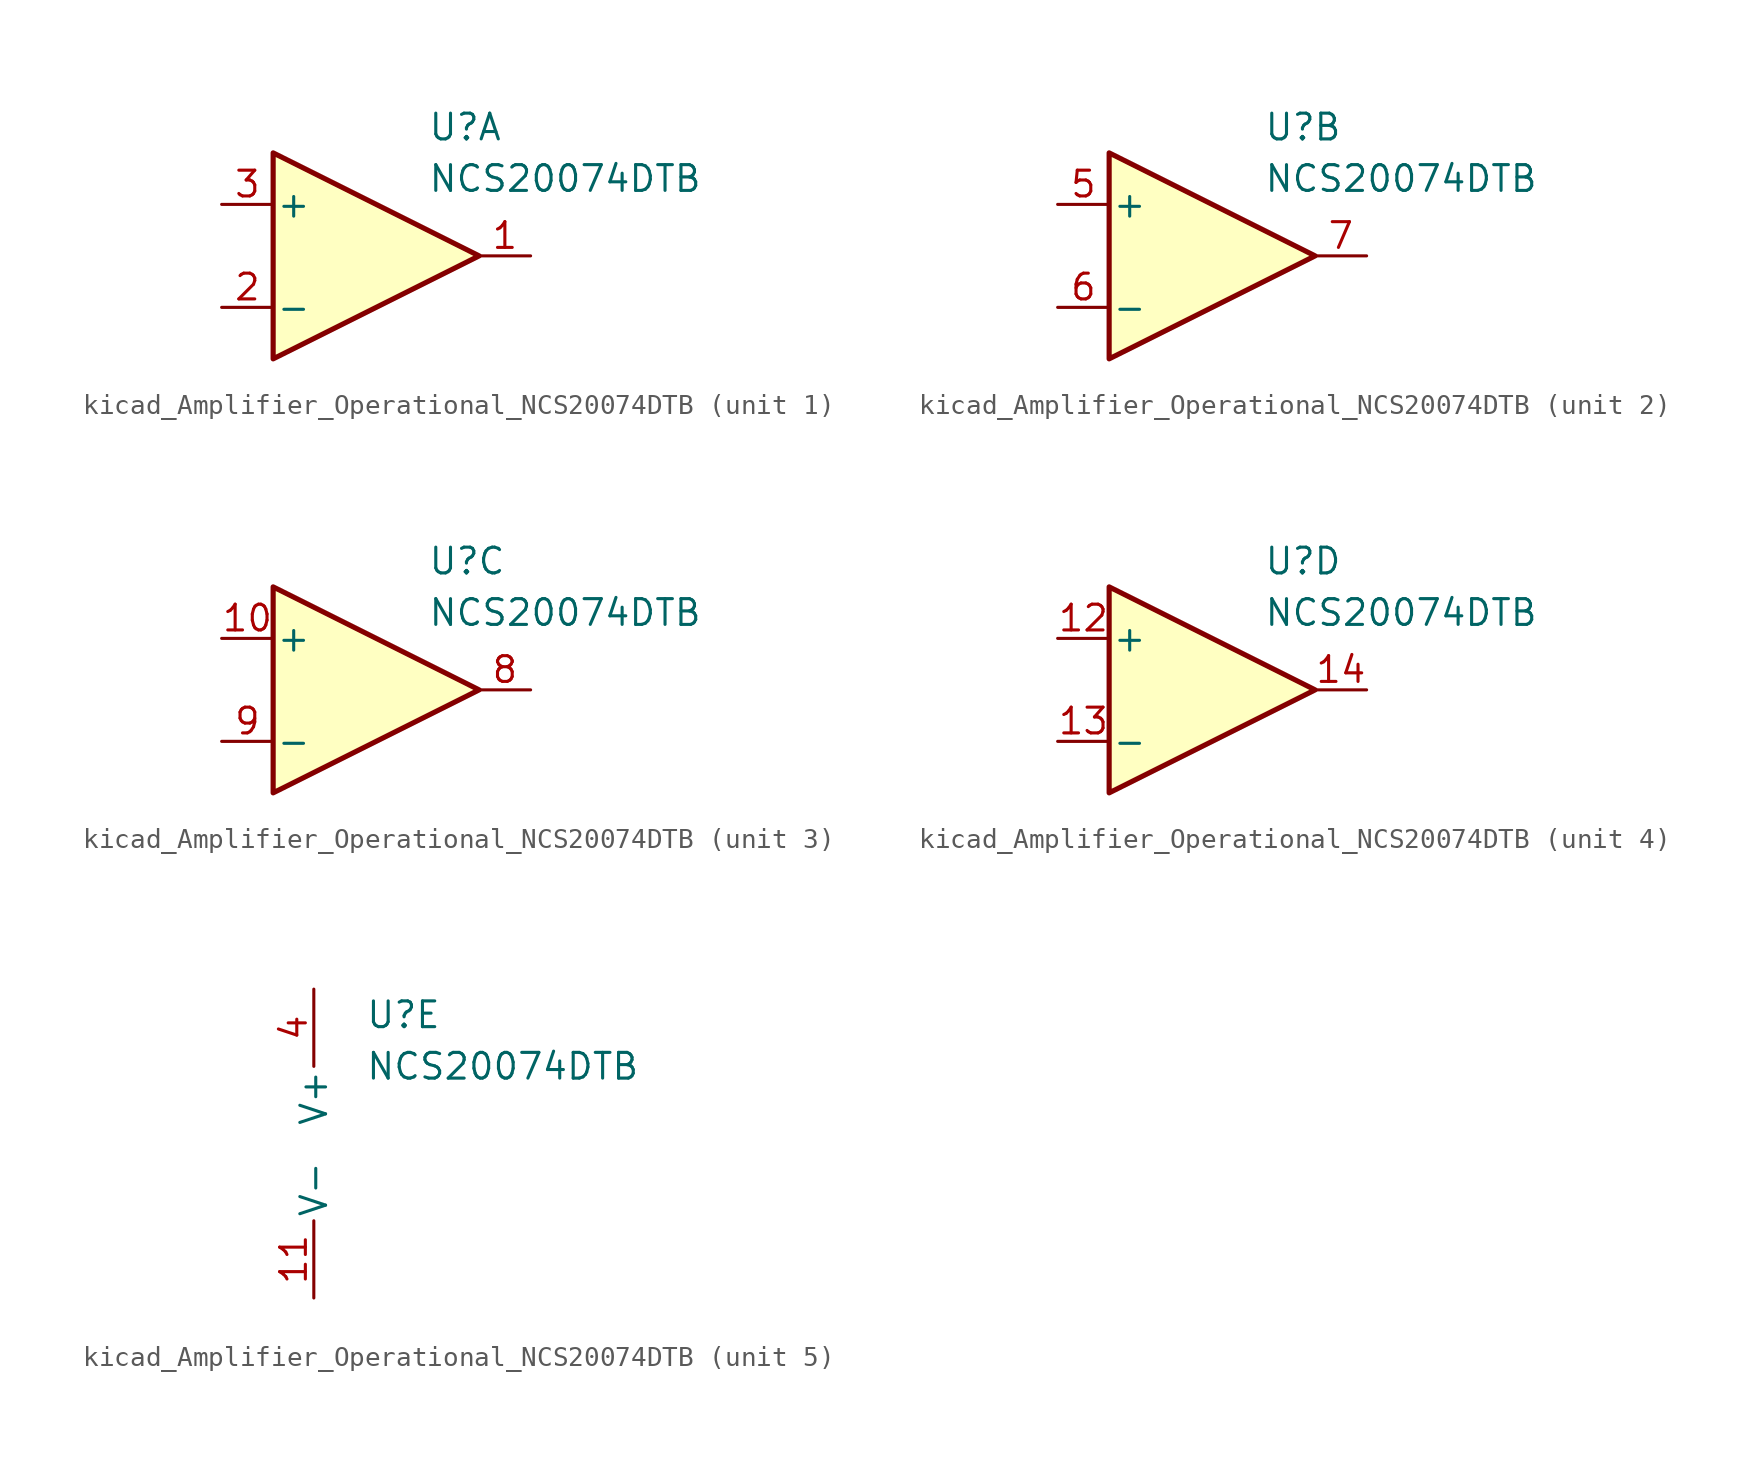
<source format=kicad_sym>
(kicad_symbol_lib
  (version 20220914)
  (generator kicad_symbol_editor)
  (symbol "kicad_Amplifier_Operational_NCS20074DTB"
    (pin_names
      (offset 0.127))
    (property "Reference" "U"
      (at 2.54 6.35 0)
      (effects (font (size 1.27 1.27)) (justify left)))
    (property "Value" "NCS20074DTB"
      (at 2.54 3.81 0)
      (effects (font (size 1.27 1.27)) (justify left)))
    (property "ki_locked" ""
      (at 0 0 0)
      (effects (font (size 1.27 1.27))))
    (symbol "kicad_Amplifier_Operational_NCS20074DTB_1_1"
      (polyline (pts (xy 5.08 0) (xy -5.08 5.08) (xy -5.08 -5.08) (xy 5.08 0)) (stroke (width 0.254) (type default)) (fill (type background)))
      (pin output line (at 7.62 0 180) (length 2.54) (name "~" (effects (font (size 1.27 1.27)))) (number "1" (effects (font (size 1.27 1.27)))))
      (pin input line (at -7.62 -2.54 0) (length 2.54) (name "-" (effects (font (size 1.27 1.27)))) (number "2" (effects (font (size 1.27 1.27)))))
      (pin input line (at -7.62 2.54 0) (length 2.54) (name "+" (effects (font (size 1.27 1.27)))) (number "3" (effects (font (size 1.27 1.27))))))
    (symbol "kicad_Amplifier_Operational_NCS20074DTB_2_1"
      (polyline (pts (xy -5.08 5.08) (xy -5.08 -5.08) (xy 5.08 0) (xy -5.08 5.08)) (stroke (width 0.254) (type default)) (fill (type background)))
      (pin input line (at -7.62 2.54 0) (length 2.54) (name "+" (effects (font (size 1.27 1.27)))) (number "5" (effects (font (size 1.27 1.27)))))
      (pin input line (at -7.62 -2.54 0) (length 2.54) (name "-" (effects (font (size 1.27 1.27)))) (number "6" (effects (font (size 1.27 1.27)))))
      (pin output line (at 7.62 0 180) (length 2.54) (name "~" (effects (font (size 1.27 1.27)))) (number "7" (effects (font (size 1.27 1.27))))))
    (symbol "kicad_Amplifier_Operational_NCS20074DTB_3_1"
      (polyline (pts (xy 5.08 0) (xy -5.08 5.08) (xy -5.08 -5.08) (xy 5.08 0)) (stroke (width 0.254) (type default)) (fill (type background)))
      (pin input line (at -7.62 2.54 0) (length 2.54) (name "+" (effects (font (size 1.27 1.27)))) (number "10" (effects (font (size 1.27 1.27)))))
      (pin output line (at 7.62 0 180) (length 2.54) (name "~" (effects (font (size 1.27 1.27)))) (number "8" (effects (font (size 1.27 1.27)))))
      (pin input line (at -7.62 -2.54 0) (length 2.54) (name "-" (effects (font (size 1.27 1.27)))) (number "9" (effects (font (size 1.27 1.27))))))
    (symbol "kicad_Amplifier_Operational_NCS20074DTB_4_1"
      (polyline (pts (xy -5.08 5.08) (xy 5.08 0) (xy -5.08 -5.08) (xy -5.08 5.08)) (stroke (width 0.254) (type default)) (fill (type background)))
      (pin input line (at -7.62 2.54 0) (length 2.54) (name "+" (effects (font (size 1.27 1.27)))) (number "12" (effects (font (size 1.27 1.27)))))
      (pin input line (at -7.62 -2.54 0) (length 2.54) (name "-" (effects (font (size 1.27 1.27)))) (number "13" (effects (font (size 1.27 1.27)))))
      (pin output line (at 7.62 0 180) (length 2.54) (name "~" (effects (font (size 1.27 1.27)))) (number "14" (effects (font (size 1.27 1.27))))))
    (symbol "kicad_Amplifier_Operational_NCS20074DTB_5_1"
      (pin power_in line (at 0 -7.62 90) (length 3.81) (name "V-" (effects (font (size 1.27 1.27)))) (number "11" (effects (font (size 1.27 1.27)))))
      (pin power_in line (at 0 7.62 270) (length 3.81) (name "V+" (effects (font (size 1.27 1.27)))) (number "4" (effects (font (size 1.27 1.27))))))))
</source>
